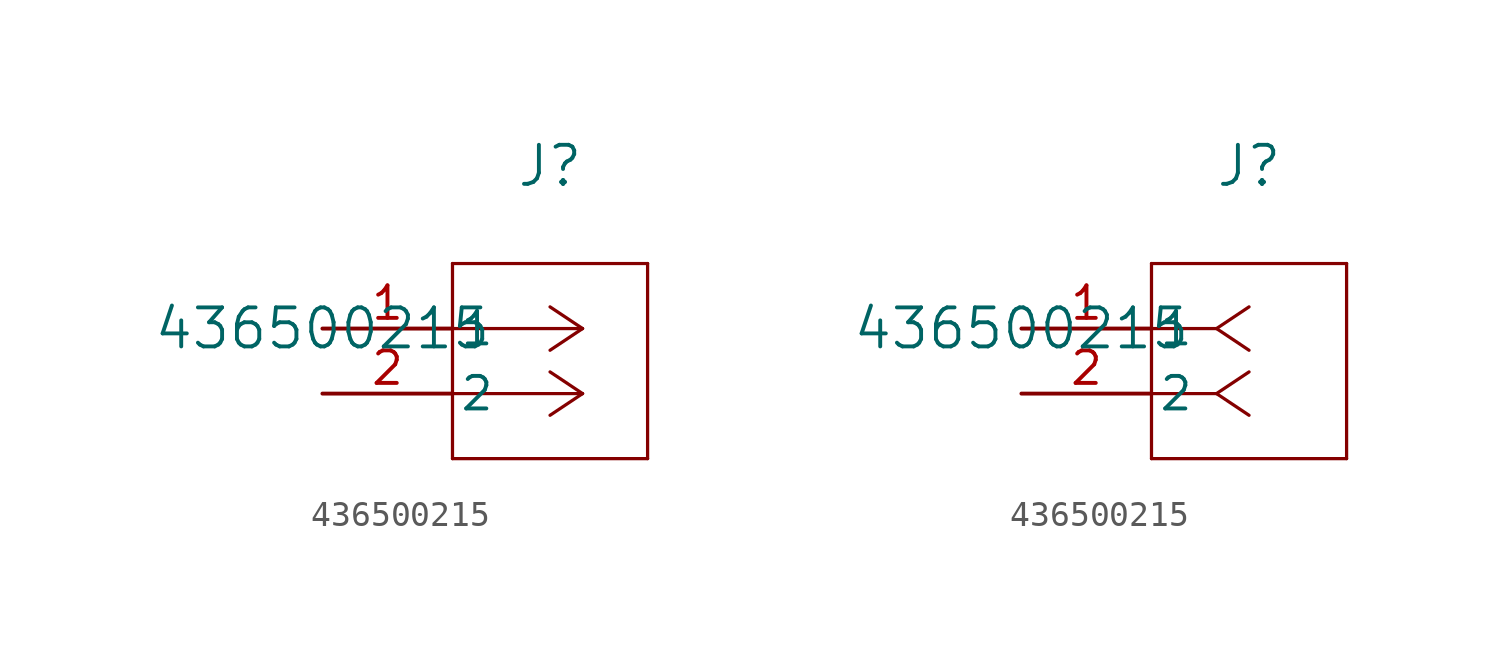
<source format=kicad_sym>
(kicad_symbol_lib
  (version 20211014)
  (generator kicad_symbol_editor)
  (symbol "436500215"
    (pin_names
      (offset 0.254))
    (property "Reference" "J"
      (at 8.89 6.35 0)
      (effects (font (size 1.524 1.524))))
    (property "Value" "436500215"
      (at 0 0 0)
      (effects (font (size 1.524 1.524))))
    (symbol "436500215_1_1"
      (polyline (pts (xy 10.16 0) (xy 5.08 0)) (stroke (width 0.127) (type default) (color 0 0 0 0)) (fill (type none)))
      (polyline (pts (xy 10.16 -2.54) (xy 5.08 -2.54)) (stroke (width 0.127) (type default) (color 0 0 0 0)) (fill (type none)))
      (polyline (pts (xy 10.16 0) (xy 8.89 0.847)) (stroke (width 0.127) (type default) (color 0 0 0 0)) (fill (type none)))
      (polyline (pts (xy 10.16 -2.54) (xy 8.89 -1.693)) (stroke (width 0.127) (type default) (color 0 0 0 0)) (fill (type none)))
      (polyline (pts (xy 10.16 0) (xy 8.89 -0.847)) (stroke (width 0.127) (type default) (color 0 0 0 0)) (fill (type none)))
      (polyline (pts (xy 10.16 -2.54) (xy 8.89 -3.387)) (stroke (width 0.127) (type default) (color 0 0 0 0)) (fill (type none)))
      (polyline (pts (xy 5.08 2.54) (xy 5.08 -5.08)) (stroke (width 0.127) (type default) (color 0 0 0 0)) (fill (type none)))
      (polyline (pts (xy 5.08 -5.08) (xy 12.7 -5.08)) (stroke (width 0.127) (type default) (color 0 0 0 0)) (fill (type none)))
      (polyline (pts (xy 12.7 -5.08) (xy 12.7 2.54)) (stroke (width 0.127) (type default) (color 0 0 0 0)) (fill (type none)))
      (polyline (pts (xy 12.7 2.54) (xy 5.08 2.54)) (stroke (width 0.127) (type default) (color 0 0 0 0)) (fill (type none)))
      (pin unspecified line (at 0 0 0) (length 5.08) (name "1" (effects (font (size 1.27 1.27)))) (number "1" (effects (font (size 1.27 1.27)))))
      (pin unspecified line (at 0 -2.54 0) (length 5.08) (name "2" (effects (font (size 1.27 1.27)))) (number "2" (effects (font (size 1.27 1.27))))))
    (symbol "436500215_1_2"
      (polyline (pts (xy 7.62 0) (xy 5.08 0)) (stroke (width 0.127) (type default) (color 0 0 0 0)) (fill (type none)))
      (polyline (pts (xy 7.62 -2.54) (xy 5.08 -2.54)) (stroke (width 0.127) (type default) (color 0 0 0 0)) (fill (type none)))
      (polyline (pts (xy 7.62 0) (xy 8.89 0.847)) (stroke (width 0.127) (type default) (color 0 0 0 0)) (fill (type none)))
      (polyline (pts (xy 7.62 -2.54) (xy 8.89 -1.693)) (stroke (width 0.127) (type default) (color 0 0 0 0)) (fill (type none)))
      (polyline (pts (xy 7.62 0) (xy 8.89 -0.847)) (stroke (width 0.127) (type default) (color 0 0 0 0)) (fill (type none)))
      (polyline (pts (xy 7.62 -2.54) (xy 8.89 -3.387)) (stroke (width 0.127) (type default) (color 0 0 0 0)) (fill (type none)))
      (polyline (pts (xy 5.08 2.54) (xy 5.08 -5.08)) (stroke (width 0.127) (type default) (color 0 0 0 0)) (fill (type none)))
      (polyline (pts (xy 5.08 -5.08) (xy 12.7 -5.08)) (stroke (width 0.127) (type default) (color 0 0 0 0)) (fill (type none)))
      (polyline (pts (xy 12.7 -5.08) (xy 12.7 2.54)) (stroke (width 0.127) (type default) (color 0 0 0 0)) (fill (type none)))
      (polyline (pts (xy 12.7 2.54) (xy 5.08 2.54)) (stroke (width 0.127) (type default) (color 0 0 0 0)) (fill (type none)))
      (pin unspecified line (at 0 0 0) (length 5.08) (name "1" (effects (font (size 1.27 1.27)))) (number "1" (effects (font (size 1.27 1.27)))))
      (pin unspecified line (at 0 -2.54 0) (length 5.08) (name "2" (effects (font (size 1.27 1.27)))) (number "2" (effects (font (size 1.27 1.27))))))))
</source>
